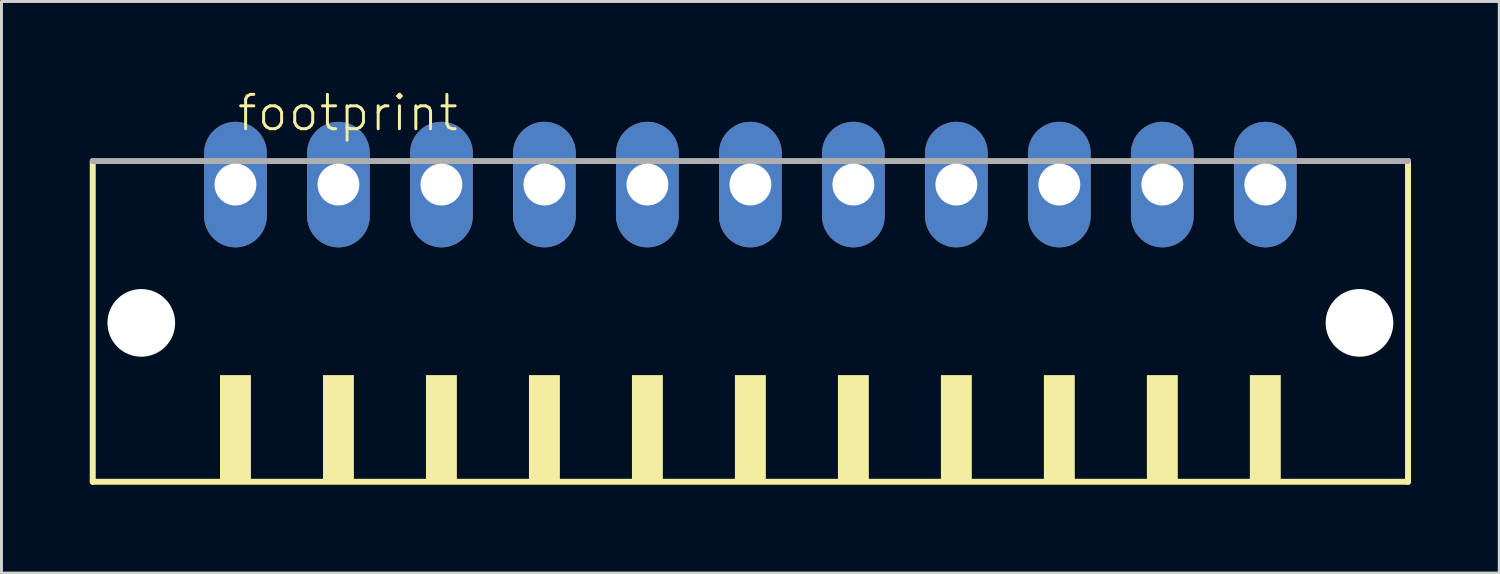
<source format=kicad_pcb>
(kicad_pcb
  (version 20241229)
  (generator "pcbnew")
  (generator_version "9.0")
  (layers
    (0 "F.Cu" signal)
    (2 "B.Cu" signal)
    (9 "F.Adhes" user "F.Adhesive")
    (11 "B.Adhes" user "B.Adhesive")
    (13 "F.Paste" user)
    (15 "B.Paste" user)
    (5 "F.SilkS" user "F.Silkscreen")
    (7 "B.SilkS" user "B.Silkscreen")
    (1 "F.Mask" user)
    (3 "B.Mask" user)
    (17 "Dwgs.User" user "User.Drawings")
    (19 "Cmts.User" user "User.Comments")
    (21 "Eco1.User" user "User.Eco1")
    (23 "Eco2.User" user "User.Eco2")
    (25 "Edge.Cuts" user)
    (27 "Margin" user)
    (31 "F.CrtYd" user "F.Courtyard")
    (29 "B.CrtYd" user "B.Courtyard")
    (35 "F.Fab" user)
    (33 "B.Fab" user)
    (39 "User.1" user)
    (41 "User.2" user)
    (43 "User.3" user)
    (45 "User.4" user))
  (footprint "footprint"
    (layer "F.Cu")
    (at 22.452 8.473)
    (property "Reference" "footprint" (at -17.5 -7 0) (layer "F.SilkS") (effects (font (size 1.168 1.168) (thickness 0.102)) (justify left bottom)))
    (fp_line (start -22.35 -6.05) (end -22.35 4.85) (stroke (width 0.203) (type solid)) (layer "F.SilkS"))
    (fp_line (start -22.35 4.85) (end 22.35 4.85) (stroke (width 0.203) (type solid)) (layer "F.SilkS"))
    (fp_line (start 22.35 4.85) (end 22.35 -6.05) (stroke (width 0.203) (type solid)) (layer "F.SilkS"))
    (fp_poly (pts (xy -18.025 4.9) (xy -16.975 4.9) (xy -16.975 1.225) (xy -18.025 1.225)) (stroke (width 0) (type solid)) (fill yes) (layer "F.SilkS"))
    (fp_poly (pts (xy -14.525 4.9) (xy -13.475 4.9) (xy -13.475 1.225) (xy -14.525 1.225)) (stroke (width 0) (type solid)) (fill yes) (layer "F.SilkS"))
    (fp_poly (pts (xy -11.025 4.9) (xy -9.975 4.9) (xy -9.975 1.225) (xy -11.025 1.225)) (stroke (width 0) (type solid)) (fill yes) (layer "F.SilkS"))
    (fp_poly (pts (xy -7.525 4.9) (xy -6.475 4.9) (xy -6.475 1.225) (xy -7.525 1.225)) (stroke (width 0) (type solid)) (fill yes) (layer "F.SilkS"))
    (fp_poly (pts (xy -4.025 4.9) (xy -2.975 4.9) (xy -2.975 1.225) (xy -4.025 1.225)) (stroke (width 0) (type solid)) (fill yes) (layer "F.SilkS"))
    (fp_poly (pts (xy -0.525 4.9) (xy 0.525 4.9) (xy 0.525 1.225) (xy -0.525 1.225)) (stroke (width 0) (type solid)) (fill yes) (layer "F.SilkS"))
    (fp_poly (pts (xy 2.975 4.9) (xy 4.025 4.9) (xy 4.025 1.225) (xy 2.975 1.225)) (stroke (width 0) (type solid)) (fill yes) (layer "F.SilkS"))
    (fp_poly (pts (xy 6.475 4.9) (xy 7.525 4.9) (xy 7.525 1.225) (xy 6.475 1.225)) (stroke (width 0) (type solid)) (fill yes) (layer "F.SilkS"))
    (fp_poly (pts (xy 9.975 4.9) (xy 11.025 4.9) (xy 11.025 1.225) (xy 9.975 1.225)) (stroke (width 0) (type solid)) (fill yes) (layer "F.SilkS"))
    (fp_poly (pts (xy 13.475 4.9) (xy 14.525 4.9) (xy 14.525 1.225) (xy 13.475 1.225)) (stroke (width 0) (type solid)) (fill yes) (layer "F.SilkS"))
    (fp_poly (pts (xy 16.975 4.9) (xy 18.025 4.9) (xy 18.025 1.225) (xy 16.975 1.225)) (stroke (width 0) (type solid)) (fill yes) (layer "F.SilkS"))
    (fp_line (start 22.35 -6.05) (end -22.35 -6.05) (stroke (width 0.203) (type solid)) (layer "F.Fab"))
    (pad "" np_thru_hole circle (at -20.7 -0.55) (size 2.3 2.3) (drill 2.3) (layers "*.Cu" "*.Mask"))
    (pad "" np_thru_hole circle (at 20.7 -0.55) (size 2.3 2.3) (drill 2.3) (layers "*.Cu" "*.Mask"))
    (pad "1" thru_hole oval (at -17.5 -5.25 90) (size 4.267 2.134) (drill 1.422) (layers "*.Cu" "*.Mask"))
    (pad "2" thru_hole oval (at -14 -5.25 90) (size 4.267 2.134) (drill 1.422) (layers "*.Cu" "*.Mask"))
    (pad "3" thru_hole oval (at -10.5 -5.25 90) (size 4.267 2.134) (drill 1.422) (layers "*.Cu" "*.Mask"))
    (pad "4" thru_hole oval (at -7 -5.25 90) (size 4.267 2.134) (drill 1.422) (layers "*.Cu" "*.Mask"))
    (pad "5" thru_hole oval (at -3.5 -5.25 90) (size 4.267 2.134) (drill 1.422) (layers "*.Cu" "*.Mask"))
    (pad "6" thru_hole oval (at 0 -5.25 90) (size 4.267 2.134) (drill 1.422) (layers "*.Cu" "*.Mask"))
    (pad "7" thru_hole oval (at 3.5 -5.25 90) (size 4.267 2.134) (drill 1.422) (layers "*.Cu" "*.Mask"))
    (pad "8" thru_hole oval (at 7 -5.25 90) (size 4.267 2.134) (drill 1.422) (layers "*.Cu" "*.Mask"))
    (pad "9" thru_hole oval (at 10.5 -5.25 90) (size 4.267 2.134) (drill 1.422) (layers "*.Cu" "*.Mask"))
    (pad "10" thru_hole oval (at 14 -5.25 90) (size 4.267 2.134) (drill 1.422) (layers "*.Cu" "*.Mask"))
    (pad "11" thru_hole oval (at 17.5 -5.25 90) (size 4.267 2.134) (drill 1.422) (layers "*.Cu" "*.Mask")))
  (gr_rect
    (start -3 -3)
    (end 47.903 16.425)
    (stroke (width 0.1) (type default))
    (fill no)
    (layer "Edge.Cuts")))
</source>
